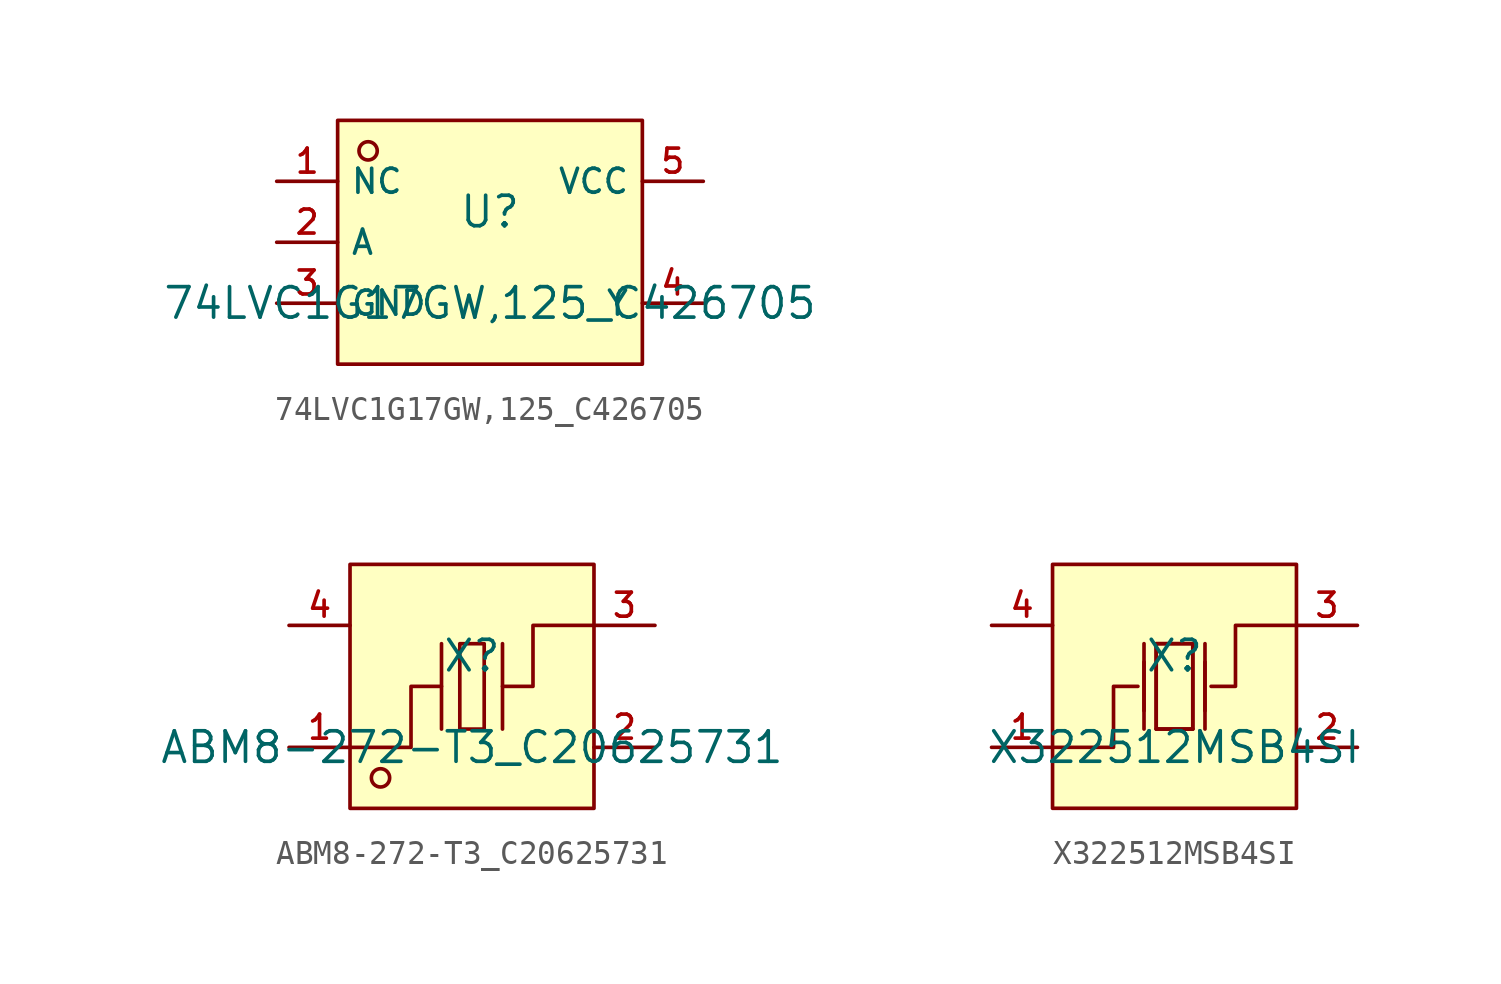
<source format=kicad_sym>
(kicad_symbol_lib
  (version 20210201)
  (generator TousstNicolas/JLC2KiCad_lib)
  (symbol "74LVC1G17GW,125_C426705"
    (property "Reference" "U"
      (at 0 1.27 0)
      (effects (font (size 1.27 1.27))))
    (property "Value" "74LVC1G17GW,125_C426705"
      (at 0 -2.54 0)
      (effects (font (size 1.27 1.27))))
    (symbol "74LVC1G17GW,125_C426705_0_1"
      (rectangle (start -6.35 5.08) (end 6.35 -5.08) (stroke (width 0) (type default) (color 0 0 0 0)) (fill (type background)))
      (circle (center -5.08 3.81) (radius 0.381) (stroke (width 0) (type default) (color 0 0 0 0)) (fill (type background)))
      (pin unspecified line (at -8.89 2.54 0) (length 2.54) (name "NC" (effects (font (size 1 1)))) (number "1" (effects (font (size 1 1)))))
      (pin unspecified line (at -8.89 -0.0 0) (length 2.54) (name "A" (effects (font (size 1 1)))) (number "2" (effects (font (size 1 1)))))
      (pin unspecified line (at -8.89 -2.54 0) (length 2.54) (name "GND" (effects (font (size 1 1)))) (number "3" (effects (font (size 1 1)))))
      (pin unspecified line (at 8.89 -2.54 180) (length 2.54) (name "Y" (effects (font (size 1 1)))) (number "4" (effects (font (size 1 1)))))
      (pin unspecified line (at 8.89 2.54 180) (length 2.54) (name "VCC" (effects (font (size 1 1)))) (number "5" (effects (font (size 1 1)))))))
  (symbol "ABM8-272-T3_C20625731"
    (pin_names hide)
    (property "Reference" "X"
      (at 0 1.27 0)
      (effects (font (size 1.27 1.27))))
    (property "Value" "ABM8-272-T3_C20625731"
      (at 0 -2.54 0)
      (effects (font (size 1.27 1.27))))
    (symbol "ABM8-272-T3_C20625731_0_1"
      (pin input line (at -7.62 -2.54 0) (length 2.54) (name "1" (effects (font (size 1 1)))) (number "1" (effects (font (size 1 1)))))
      (pin input line (at 7.62 2.54 180) (length 2.54) (name "3" (effects (font (size 1 1)))) (number "3" (effects (font (size 1 1)))))
      (pin input line (at -7.62 2.54 0) (length 2.54) (name "GND" (effects (font (size 1 1)))) (number "4" (effects (font (size 1 1)))))
      (pin input line (at 7.62 -2.54 180) (length 2.54) (name "GND" (effects (font (size 1 1)))) (number "2" (effects (font (size 1 1)))))
      (rectangle (start -5.08 5.08) (end 5.08 -5.08) (stroke (width 0) (type default) (color 0 0 0 0)) (fill (type background)))
      (circle (center -3.81 -3.81) (radius 0.381) (stroke (width 0) (type default) (color 0 0 0 0)) (fill (type background)))
      (polyline (pts (xy -1.27 -1.778) (xy -1.27 1.778)) (stroke (width 0) (type default) (color 0 0 0 0)) (fill (type none)))
      (polyline (pts (xy 1.27 -1.778) (xy 1.27 1.778)) (stroke (width 0) (type default) (color 0 0 0 0)) (fill (type none)))
      (polyline (pts (xy -5.08 -2.54) (xy -2.54 -2.54) (xy -2.54 -0.0) (xy -1.27 -0.0)) (stroke (width 0) (type default) (color 0 0 0 0)) (fill (type none)))
      (polyline (pts (xy 5.08 2.54) (xy 2.54 2.54) (xy 2.54 -0.0) (xy 1.27 -0.0)) (stroke (width 0) (type default) (color 0 0 0 0)) (fill (type none)))
      (rectangle (start -0.508 1.778) (end 0.508 -1.778) (stroke (width 0) (type default) (color 0 0 0 0)) (fill (type background)))))
  (symbol "X322512MSB4SI"
    (pin_names hide)
    (property "Reference" "X"
      (at 0 1.27 0)
      (effects (font (size 1.27 1.27))))
    (property "Value" "X322512MSB4SI"
      (at 0 -2.54 0)
      (effects (font (size 1.27 1.27))))
    (symbol "X322512MSB4SI_0_1"
      (pin unspecified line (at 7.62 2.54 180) (length 2.54) (name "OSC2" (effects (font (size 1 1)))) (number "3" (effects (font (size 1 1)))))
      (pin unspecified line (at -7.62 -2.54 0) (length 2.54) (name "OSC1" (effects (font (size 1 1)))) (number "1" (effects (font (size 1 1)))))
      (rectangle (start -5.08 5.08) (end 5.08 -5.08) (stroke (width 0) (type default) (color 0 0 0 0)) (fill (type background)))
      (pin unspecified line (at 7.62 -2.54 180) (length 2.54) (name "GND" (effects (font (size 1 1)))) (number "2" (effects (font (size 1 1)))))
      (pin unspecified line (at -7.62 2.54 0) (length 2.54) (name "GND" (effects (font (size 1 1)))) (number "4" (effects (font (size 1 1)))))
      (polyline (pts (xy 0.762 1.778) (xy 0.762 -1.778) (xy -0.762 -1.778) (xy -0.762 1.778) (xy 0.762 1.778)) (stroke (width 0) (type default) (color 0 0 0 0)) (fill (type none)))
      (polyline (pts (xy -1.27 -1.778) (xy -1.27 1.778)) (stroke (width 0) (type default) (color 0 0 0 0)) (fill (type none)))
      (polyline (pts (xy 1.27 -1.778) (xy 1.27 1.778)) (stroke (width 0) (type default) (color 0 0 0 0)) (fill (type none)))
      (polyline (pts (xy -5.08 -2.54) (xy -2.54 -2.54) (xy -2.54 -0.0) (xy -1.524 -0.0)) (stroke (width 0) (type default) (color 0 0 0 0)) (fill (type none)))
      (polyline (pts (xy 5.08 2.54) (xy 2.54 2.54) (xy 2.54 -0.0) (xy 1.524 -0.0)) (stroke (width 0) (type default) (color 0 0 0 0)) (fill (type none)))
      (polyline (pts (xy -0.762 -1.778) (xy -0.762 1.778) (xy 0.762 1.778) (xy 0.762 -1.778)) (stroke (width 0) (type default) (color 0 0 0 0)) (fill (type none)))
      (polyline (pts (xy 1.27 -1.016) (xy 1.27 1.016)) (stroke (width 0) (type default) (color 0 0 0 0)) (fill (type none)))
      (polyline (pts (xy 0.762 -1.778) (xy -0.762 -1.778)) (stroke (width 0) (type default) (color 0 0 0 0)) (fill (type none)))
      (polyline (pts (xy -1.27 -1.016) (xy -1.27 1.016)) (stroke (width 0) (type default) (color 0 0 0 0)) (fill (type none))))))
</source>
